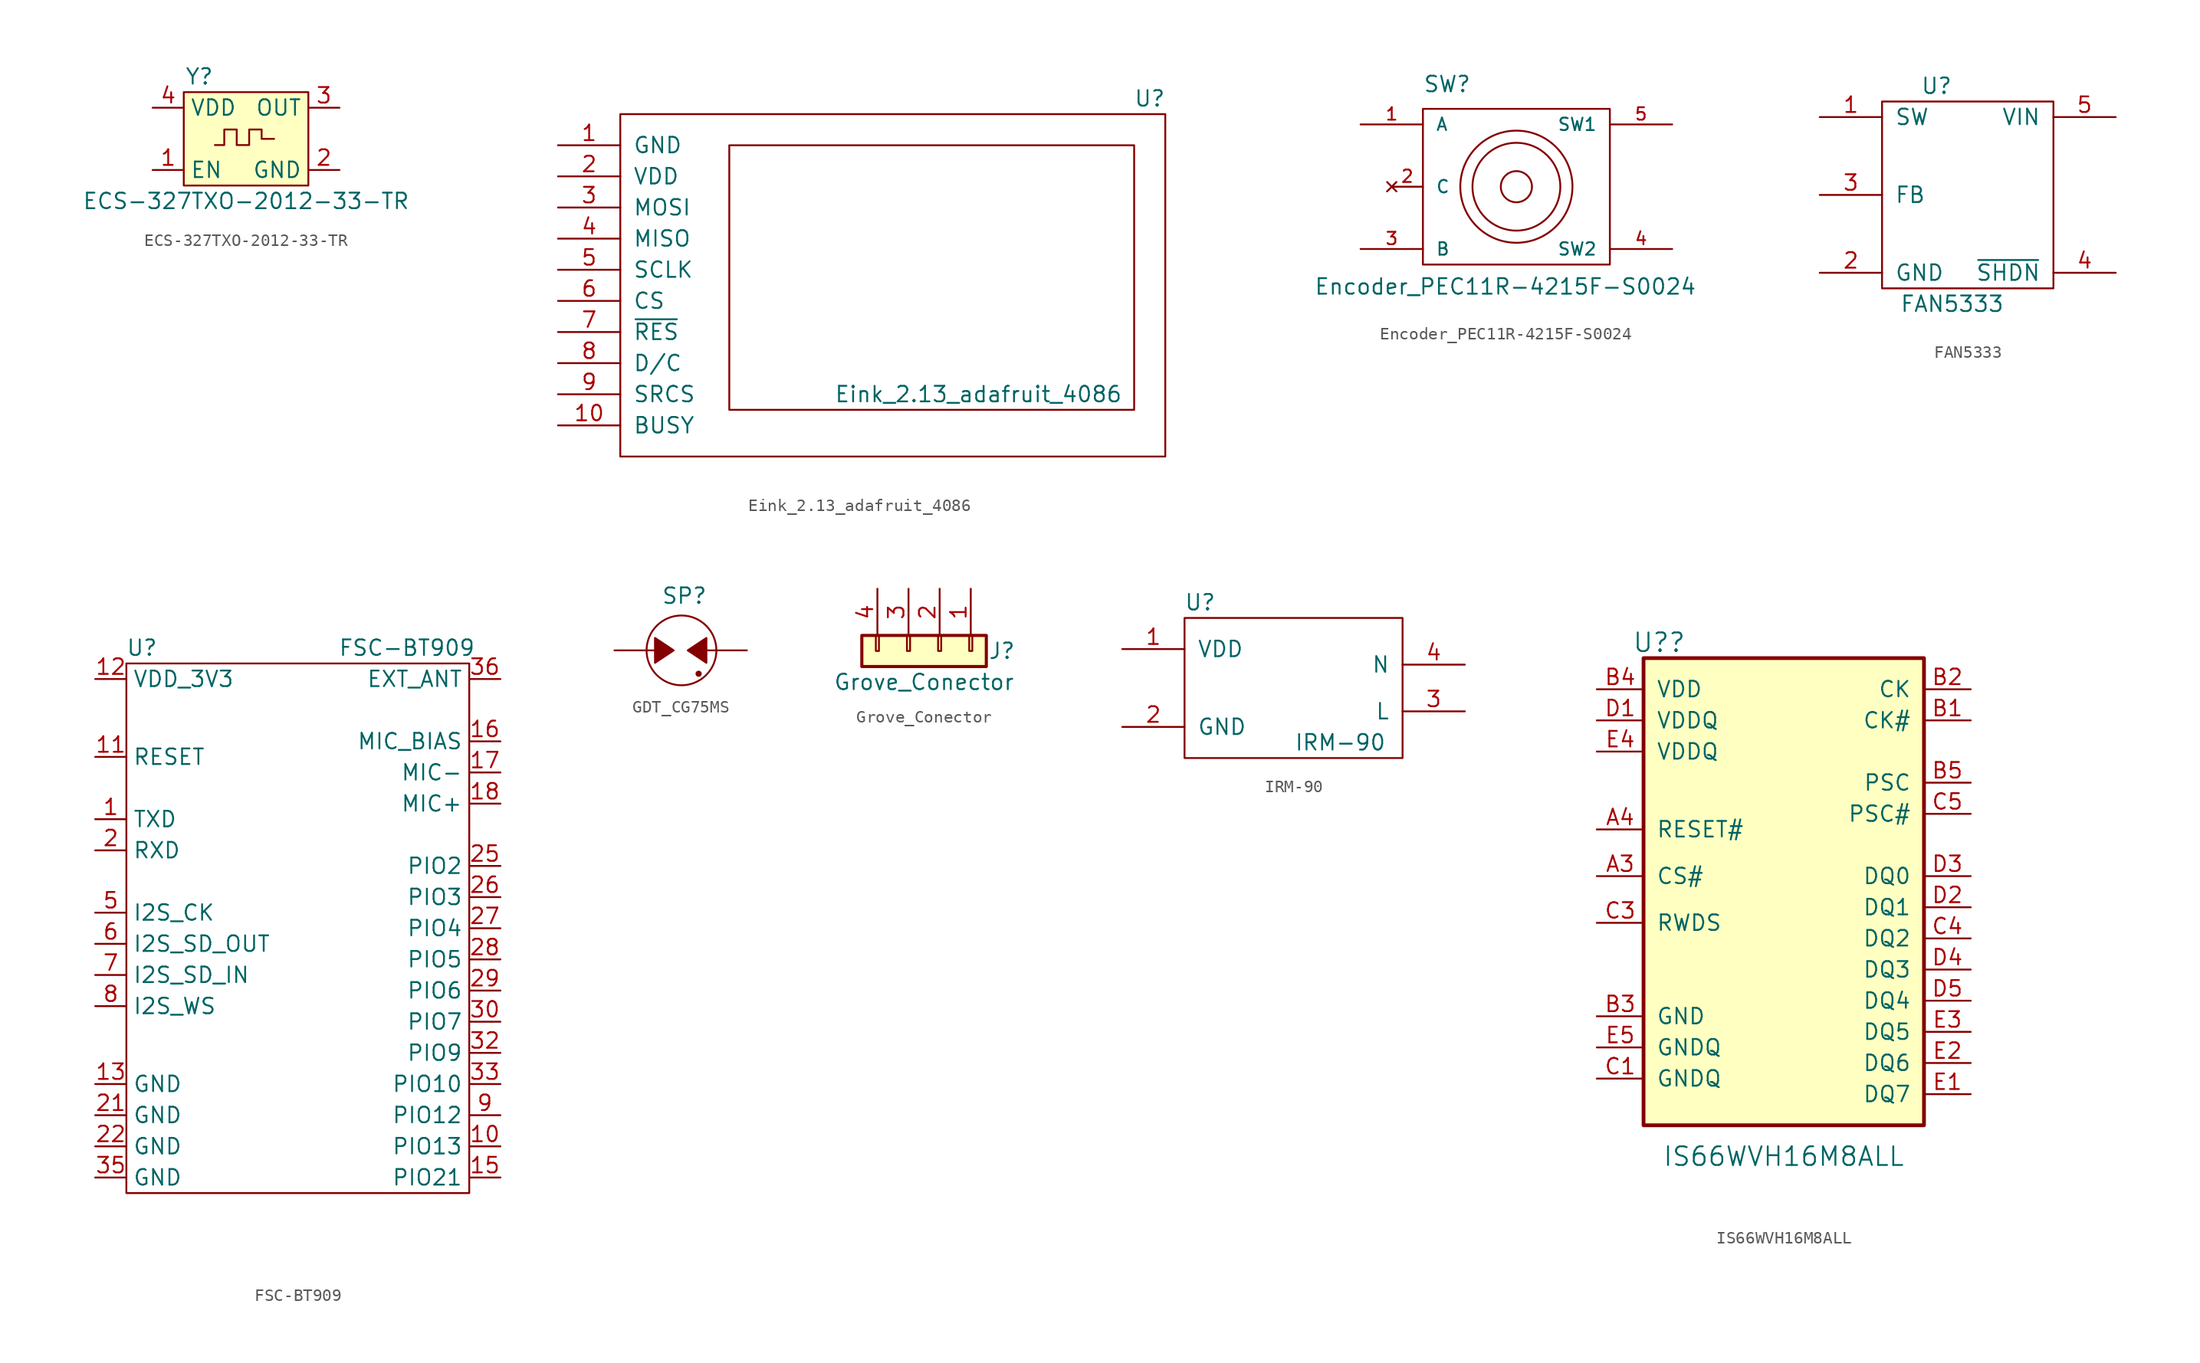
<source format=kicad_sym>
(kicad_symbol_lib
  (version 20211014)
  (generator kicad_symbol_editor)
  (symbol "ECS-327TXO-2012-33-TR"
    (property "Reference" "Y"
      (at 3.81 2.54 0)
      (effects (font (size 1.27 1.27))))
    (property "Value" "ECS-327TXO-2012-33-TR"
      (at 7.62 -7.62 0)
      (effects (font (size 1.27 1.27))))
    (symbol "ECS-327TXO-2012-33-TR_0_0"
      (pin unspecified line (at 0 -5.08 0) (length 2.54) (name "EN" (effects (font (size 1.27 1.27)))) (number "1" (effects (font (size 1.27 1.27)))))
      (pin unspecified line (at 15.24 -5.08 180) (length 2.54) (name "GND" (effects (font (size 1.27 1.27)))) (number "2" (effects (font (size 1.27 1.27)))))
      (pin unspecified line (at 15.24 0 180) (length 2.54) (name "OUT" (effects (font (size 1.27 1.27)))) (number "3" (effects (font (size 1.27 1.27)))))
      (pin unspecified line (at 0 0 0) (length 2.54) (name "VDD" (effects (font (size 1.27 1.27)))) (number "4" (effects (font (size 1.27 1.27))))))
    (symbol "ECS-327TXO-2012-33-TR_0_1"
      (polyline (pts (xy 5.08 -3.048) (xy 5.842 -3.048) (xy 5.842 -1.778) (xy 6.858 -1.778) (xy 6.858 -3.048) (xy 7.874 -3.048) (xy 7.874 -1.778) (xy 8.89 -1.778) (xy 8.89 -2.54) (xy 9.906 -2.54)) (stroke (width 0.152) (type default) (color 0 0 0 0)) (fill (type none)))
      (rectangle (start 2.54 1.27) (end 12.7 -6.35) (stroke (width 0.152) (type default) (color 0 0 0 0)) (fill (type background)))))
  (symbol "Eink_2.13_adafruit_4086"
    (pin_names
      (offset 1.016))
    (property "Reference" "U"
      (at 43.18 15.24 0)
      (effects (font (size 1.27 1.27))))
    (property "Value" "Eink_2.13_adafruit_4086"
      (at 29.21 -8.89 0)
      (effects (font (size 1.27 1.27))))
    (symbol "Eink_2.13_adafruit_4086_0_1"
      (rectangle (start 0 13.97) (end 44.45 -13.97) (stroke (width 0) (type default) (color 0 0 0 0)) (fill (type none)))
      (rectangle (start 41.91 11.43) (end 8.89 -10.16) (stroke (width 0) (type default) (color 0 0 0 0)) (fill (type none))))
    (symbol "Eink_2.13_adafruit_4086_1_1"
      (pin input line (at -5.08 11.43 0) (length 5.08) (name "GND" (effects (font (size 1.27 1.27)))) (number "1" (effects (font (size 1.27 1.27)))))
      (pin input line (at -5.08 -11.43 0) (length 5.08) (name "BUSY" (effects (font (size 1.27 1.27)))) (number "10" (effects (font (size 1.27 1.27)))))
      (pin input line (at -5.08 8.89 0) (length 5.08) (name "VDD" (effects (font (size 1.27 1.27)))) (number "2" (effects (font (size 1.27 1.27)))))
      (pin input line (at -5.08 6.35 0) (length 5.08) (name "MOSI" (effects (font (size 1.27 1.27)))) (number "3" (effects (font (size 1.27 1.27)))))
      (pin input line (at -5.08 3.81 0) (length 5.08) (name "MISO" (effects (font (size 1.27 1.27)))) (number "4" (effects (font (size 1.27 1.27)))))
      (pin input line (at -5.08 1.27 0) (length 5.08) (name "SCLK" (effects (font (size 1.27 1.27)))) (number "5" (effects (font (size 1.27 1.27)))))
      (pin input line (at -5.08 -1.27 0) (length 5.08) (name "CS" (effects (font (size 1.27 1.27)))) (number "6" (effects (font (size 1.27 1.27)))))
      (pin input line (at -5.08 -3.81 0) (length 5.08) (name "~{RES}" (effects (font (size 1.27 1.27)))) (number "7" (effects (font (size 1.27 1.27)))))
      (pin input line (at -5.08 -6.35 0) (length 5.08) (name "D/C" (effects (font (size 1.27 1.27)))) (number "8" (effects (font (size 1.27 1.27)))))
      (pin input line (at -5.08 -8.89 0) (length 5.08) (name "SRCS" (effects (font (size 1.27 1.27)))) (number "9" (effects (font (size 1.27 1.27)))))))
  (symbol "Encoder_PEC11R-4215F-S0024"
    (pin_names
      (offset 1.016))
    (property "Reference" "SW"
      (at -6.35 3.81 0)
      (effects (font (size 1.27 1.27)) (justify left bottom)))
    (property "Value" "Encoder_PEC11R-4215F-S0024"
      (at -15.24 -12.7 0)
      (effects (font (size 1.27 1.27)) (justify left bottom)))
    (symbol "Encoder_PEC11R-4215F-S0024_0_0"
      (pin passive line (at -11.43 1.27 0) (length 5.08) (name "A" (effects (font (size 1.016 1.016)))) (number "1" (effects (font (size 1.016 1.016)))))
      (pin no_connect line (at -8.89 -3.81 0) (length 2.54) (name "C" (effects (font (size 1.016 1.016)))) (number "2" (effects (font (size 1.016 1.016)))))
      (pin passive line (at -11.43 -8.89 0) (length 5.08) (name "B" (effects (font (size 1.016 1.016)))) (number "3" (effects (font (size 1.016 1.016)))))
      (pin passive line (at 13.97 -8.89 180) (length 5.08) (name "SW2" (effects (font (size 1.016 1.016)))) (number "4" (effects (font (size 1.016 1.016)))))
      (pin passive line (at 13.97 1.27 180) (length 5.08) (name "SW1" (effects (font (size 1.016 1.016)))) (number "5" (effects (font (size 1.016 1.016))))))
    (symbol "Encoder_PEC11R-4215F-S0024_0_1"
      (rectangle (start -6.35 2.54) (end 8.89 -10.16) (stroke (width 0) (type default) (color 0 0 0 0)) (fill (type none))))
    (symbol "Encoder_PEC11R-4215F-S0024_1_1"
      (circle (center 1.27 -3.81) (radius 1.27) (stroke (width 0) (type default) (color 0 0 0 0)) (fill (type none)))
      (circle (center 1.27 -3.81) (radius 3.581) (stroke (width 0) (type default) (color 0 0 0 0)) (fill (type none)))
      (circle (center 1.27 -3.81) (radius 4.572) (stroke (width 0) (type default) (color 0 0 0 0)) (fill (type none)))))
  (symbol "FAN5333"
    (pin_names
      (offset 1.016))
    (property "Reference" "U"
      (at -2.54 8.89 0)
      (effects (font (size 1.27 1.27))))
    (property "Value" "FAN5333"
      (at -1.27 -8.89 0)
      (effects (font (size 1.27 1.27))))
    (symbol "FAN5333_0_1"
      (rectangle (start -6.985 7.62) (end 6.985 -7.62) (stroke (width 0) (type default) (color 0 0 0 0)) (fill (type none))))
    (symbol "FAN5333_1_1"
      (pin input line (at -12.065 6.35 0) (length 5.08) (name "SW" (effects (font (size 1.27 1.27)))) (number "1" (effects (font (size 1.27 1.27)))))
      (pin input line (at -12.065 -6.35 0) (length 5.08) (name "GND" (effects (font (size 1.27 1.27)))) (number "2" (effects (font (size 1.27 1.27)))))
      (pin input line (at -12.065 0 0) (length 5.08) (name "FB" (effects (font (size 1.27 1.27)))) (number "3" (effects (font (size 1.27 1.27)))))
      (pin input line (at 12.065 -6.35 180) (length 5.08) (name "~{SHDN}" (effects (font (size 1.27 1.27)))) (number "4" (effects (font (size 1.27 1.27)))))
      (pin input line (at 12.065 6.35 180) (length 5.08) (name "VIN" (effects (font (size 1.27 1.27)))) (number "5" (effects (font (size 1.27 1.27)))))))
  (symbol "FSC-BT909"
    (property "Reference" "U"
      (at 3.81 2.54 0)
      (effects (font (size 1.27 1.27))))
    (property "Value" "FSC-BT909"
      (at 25.4 2.54 0)
      (effects (font (size 1.27 1.27))))
    (symbol "FSC-BT909_0_0"
      (pin unspecified line (at 0 -11.43 0) (length 2.54) (name "TXD" (effects (font (size 1.27 1.27)))) (number "1" (effects (font (size 1.27 1.27)))))
      (pin unspecified line (at 33.02 -38.1 180) (length 2.54) (name "PIO13" (effects (font (size 1.27 1.27)))) (number "10" (effects (font (size 1.27 1.27)))))
      (pin unspecified line (at 0 -6.35 0) (length 2.54) (name "RESET" (effects (font (size 1.27 1.27)))) (number "11" (effects (font (size 1.27 1.27)))))
      (pin unspecified line (at 0 0 0) (length 2.54) (name "VDD_3V3" (effects (font (size 1.27 1.27)))) (number "12" (effects (font (size 1.27 1.27)))))
      (pin unspecified line (at 0 -33.02 0) (length 2.54) (name "GND" (effects (font (size 1.27 1.27)))) (number "13" (effects (font (size 1.27 1.27)))))
      (pin no_connect line (at 15.24 -44.45 90) (length 2.54) hide (name "NC" (effects (font (size 1.27 1.27)))) (number "14" (effects (font (size 1.27 1.27)))))
      (pin unspecified line (at 33.02 -40.64 180) (length 2.54) (name "PIO21" (effects (font (size 1.27 1.27)))) (number "15" (effects (font (size 1.27 1.27)))))
      (pin unspecified line (at 33.02 -5.08 180) (length 2.54) (name "MIC_BIAS" (effects (font (size 1.27 1.27)))) (number "16" (effects (font (size 1.27 1.27)))))
      (pin unspecified line (at 33.02 -7.62 180) (length 2.54) (name "MIC-" (effects (font (size 1.27 1.27)))) (number "17" (effects (font (size 1.27 1.27)))))
      (pin unspecified line (at 33.02 -10.16 180) (length 2.54) (name "MIC+" (effects (font (size 1.27 1.27)))) (number "18" (effects (font (size 1.27 1.27)))))
      (pin no_connect line (at 17.78 -44.45 90) (length 2.54) hide (name "NC" (effects (font (size 1.27 1.27)))) (number "19" (effects (font (size 1.27 1.27)))))
      (pin unspecified line (at 0 -13.97 0) (length 2.54) (name "RXD" (effects (font (size 1.27 1.27)))) (number "2" (effects (font (size 1.27 1.27)))))
      (pin no_connect line (at 20.32 -44.45 90) (length 2.54) hide (name "NC" (effects (font (size 1.27 1.27)))) (number "20" (effects (font (size 1.27 1.27)))))
      (pin unspecified line (at 0 -35.56 0) (length 2.54) (name "GND" (effects (font (size 1.27 1.27)))) (number "21" (effects (font (size 1.27 1.27)))))
      (pin unspecified line (at 0 -38.1 0) (length 2.54) (name "GND" (effects (font (size 1.27 1.27)))) (number "22" (effects (font (size 1.27 1.27)))))
      (pin no_connect line (at 22.86 -44.45 90) (length 2.54) hide (name "NC" (effects (font (size 1.27 1.27)))) (number "23" (effects (font (size 1.27 1.27)))))
      (pin no_connect line (at 17.78 3.81 270) (length 2.54) hide (name "NC" (effects (font (size 1.27 1.27)))) (number "24" (effects (font (size 1.27 1.27)))))
      (pin unspecified line (at 33.02 -15.24 180) (length 2.54) (name "PIO2" (effects (font (size 1.27 1.27)))) (number "25" (effects (font (size 1.27 1.27)))))
      (pin unspecified line (at 33.02 -17.78 180) (length 2.54) (name "PIO3" (effects (font (size 1.27 1.27)))) (number "26" (effects (font (size 1.27 1.27)))))
      (pin unspecified line (at 33.02 -20.32 180) (length 2.54) (name "PIO4" (effects (font (size 1.27 1.27)))) (number "27" (effects (font (size 1.27 1.27)))))
      (pin unspecified line (at 33.02 -22.86 180) (length 2.54) (name "PIO5" (effects (font (size 1.27 1.27)))) (number "28" (effects (font (size 1.27 1.27)))))
      (pin unspecified line (at 33.02 -25.4 180) (length 2.54) (name "PIO6" (effects (font (size 1.27 1.27)))) (number "29" (effects (font (size 1.27 1.27)))))
      (pin no_connect line (at 10.16 -44.45 90) (length 2.54) hide (name "NC" (effects (font (size 1.27 1.27)))) (number "3" (effects (font (size 1.27 1.27)))))
      (pin unspecified line (at 33.02 -27.94 180) (length 2.54) (name "PIO7" (effects (font (size 1.27 1.27)))) (number "30" (effects (font (size 1.27 1.27)))))
      (pin no_connect line (at 15.24 3.81 270) (length 2.54) hide (name "NC" (effects (font (size 1.27 1.27)))) (number "31" (effects (font (size 1.27 1.27)))))
      (pin unspecified line (at 33.02 -30.48 180) (length 2.54) (name "PIO9" (effects (font (size 1.27 1.27)))) (number "32" (effects (font (size 1.27 1.27)))))
      (pin unspecified line (at 33.02 -33.02 180) (length 2.54) (name "PIO10" (effects (font (size 1.27 1.27)))) (number "33" (effects (font (size 1.27 1.27)))))
      (pin no_connect line (at 12.7 3.81 270) (length 2.54) hide (name "NC" (effects (font (size 1.27 1.27)))) (number "34" (effects (font (size 1.27 1.27)))))
      (pin unspecified line (at 0 -40.64 0) (length 2.54) (name "GND" (effects (font (size 1.27 1.27)))) (number "35" (effects (font (size 1.27 1.27)))))
      (pin unspecified line (at 33.02 0 180) (length 2.54) (name "EXT_ANT" (effects (font (size 1.27 1.27)))) (number "36" (effects (font (size 1.27 1.27)))))
      (pin no_connect line (at 12.7 -44.45 90) (length 2.54) hide (name "NC" (effects (font (size 1.27 1.27)))) (number "4" (effects (font (size 1.27 1.27)))))
      (pin unspecified line (at 0 -19.05 0) (length 2.54) (name "I2S_CK" (effects (font (size 1.27 1.27)))) (number "5" (effects (font (size 1.27 1.27)))))
      (pin unspecified line (at 0 -21.59 0) (length 2.54) (name "I2S_SD_OUT" (effects (font (size 1.27 1.27)))) (number "6" (effects (font (size 1.27 1.27)))))
      (pin unspecified line (at 0 -24.13 0) (length 2.54) (name "I2S_SD_IN" (effects (font (size 1.27 1.27)))) (number "7" (effects (font (size 1.27 1.27)))))
      (pin unspecified line (at 0 -26.67 0) (length 2.54) (name "I2S_WS" (effects (font (size 1.27 1.27)))) (number "8" (effects (font (size 1.27 1.27)))))
      (pin unspecified line (at 33.02 -35.56 180) (length 2.54) (name "PIO12" (effects (font (size 1.27 1.27)))) (number "9" (effects (font (size 1.27 1.27))))))
    (symbol "FSC-BT909_0_1"
      (rectangle (start 30.48 1.27) (end 2.54 -41.91) (stroke (width 0.152) (type default) (color 0 0 0 0)) (fill (type none)))))
  (symbol "GDT_CG75MS"
    (pin_numbers hide)
    (pin_names
      (offset 0.254) hide)
    (property "Reference" "SP"
      (at 3.81 4.445 0)
      (effects (font (size 1.27 1.27)) (justify left)))
    (symbol "GDT_CG75MS_0_1"
      (polyline (pts (xy 3.302 1.016) (xy 4.826 0) (xy 3.302 -1.016) (xy 3.302 1.016)) (stroke (width 0) (type default) (color 0 0 0 0)) (fill (type outline)))
      (polyline (pts (xy 7.493 -1.016) (xy 5.969 0) (xy 7.493 1.016) (xy 7.493 -1.016)) (stroke (width 0) (type default) (color 0 0 0 0)) (fill (type outline)))
      (circle (center 5.461 0) (radius 2.845) (stroke (width 0) (type default) (color 0 0 0 0)) (fill (type none)))
      (circle (center 6.858 -1.905) (radius 0.178) (stroke (width 0) (type default) (color 0 0 0 0)) (fill (type outline))))
    (symbol "GDT_CG75MS_1_1"
      (pin passive line (at 0 0 0) (length 3.556) (name "K" (effects (font (size 1.27 1.27)))) (number "1" (effects (font (size 1.27 1.27)))))
      (pin passive line (at 10.795 0 180) (length 3.556) (name "A" (effects (font (size 1.27 1.27)))) (number "2" (effects (font (size 1.27 1.27)))))))
  (symbol "Grove_Conector"
    (pin_names
      (offset 1.016) hide)
    (property "Reference" "J"
      (at 6.35 1.27 0)
      (effects (font (size 1.27 1.27))))
    (property "Value" "Grove_Conector"
      (at 0 -1.27 0)
      (effects (font (size 1.27 1.27))))
    (symbol "Grove_Conector_1_1"
      (rectangle (start -3.683 2.54) (end -3.937 1.27) (stroke (width 0.152) (type default) (color 0 0 0 0)) (fill (type none)))
      (rectangle (start -1.143 2.54) (end -1.397 1.27) (stroke (width 0.152) (type default) (color 0 0 0 0)) (fill (type none)))
      (rectangle (start 1.397 2.54) (end 1.143 1.27) (stroke (width 0.152) (type default) (color 0 0 0 0)) (fill (type none)))
      (rectangle (start 3.937 2.54) (end 3.683 1.27) (stroke (width 0.152) (type default) (color 0 0 0 0)) (fill (type none)))
      (rectangle (start 5.08 2.54) (end -5.08 0) (stroke (width 0.254) (type default) (color 0 0 0 0)) (fill (type background)))
      (pin passive line (at 3.81 6.35 270) (length 3.81) (name "Pin_1" (effects (font (size 1.27 1.27)))) (number "1" (effects (font (size 1.27 1.27)))))
      (pin passive line (at 1.27 6.35 270) (length 3.81) (name "Pin_2" (effects (font (size 1.27 1.27)))) (number "2" (effects (font (size 1.27 1.27)))))
      (pin passive line (at -1.27 6.35 270) (length 3.81) (name "Pin_3" (effects (font (size 1.27 1.27)))) (number "3" (effects (font (size 1.27 1.27)))))
      (pin passive line (at -3.81 6.35 270) (length 3.81) (name "Pin_4" (effects (font (size 1.27 1.27)))) (number "4" (effects (font (size 1.27 1.27)))))))
  (symbol "IRM-90"
    (pin_names
      (offset 1.016))
    (property "Reference" "U"
      (at 6.35 3.81 0)
      (effects (font (size 1.27 1.27))))
    (property "Value" "IRM-90"
      (at 17.78 -7.62 0)
      (effects (font (size 1.27 1.27))))
    (symbol "IRM-90_0_1"
      (rectangle (start 22.86 2.54) (end 5.08 -8.89) (stroke (width 0) (type default) (color 0 0 0 0)) (fill (type none))))
    (symbol "IRM-90_1_1"
      (pin input line (at 0 0 0) (length 5.08) (name "VDD" (effects (font (size 1.27 1.27)))) (number "1" (effects (font (size 1.27 1.27)))))
      (pin input line (at 0 -6.35 0) (length 5.08) (name "GND" (effects (font (size 1.27 1.27)))) (number "2" (effects (font (size 1.27 1.27)))))
      (pin input line (at 27.94 -5.08 180) (length 5.08) (name "L" (effects (font (size 1.27 1.27)))) (number "3" (effects (font (size 1.27 1.27)))))
      (pin input line (at 27.94 -1.27 180) (length 5.08) (name "N" (effects (font (size 1.27 1.27)))) (number "4" (effects (font (size 1.27 1.27)))))))
  (symbol "IS66WVH16M8ALL"
    (pin_names
      (offset 1.016))
    (property "Reference" "U?"
      (at 5.08 3.81 0)
      (effects (font (size 1.524 1.524))))
    (property "Value" "IS66WVH16M8ALL"
      (at 15.24 -38.1 0)
      (effects (font (size 1.524 1.524))))
    (symbol "IS66WVH16M8ALL_1_0"
      (rectangle (start 3.81 -35.56) (end 26.67 2.54) (stroke (width 0.305) (type default) (color 0 0 0 0)) (fill (type background))))
    (symbol "IS66WVH16M8ALL_1_1"
      (pin input line (at 0 -15.24 0) (length 3.81) (name "CS#" (effects (font (size 1.27 1.27)))) (number "A3" (effects (font (size 1.27 1.27)))))
      (pin input line (at 0 -11.43 0) (length 3.81) (name "RESET#" (effects (font (size 1.27 1.27)))) (number "A4" (effects (font (size 1.27 1.27)))))
      (pin input line (at 30.48 -2.54 180) (length 3.81) (name "CK#" (effects (font (size 1.27 1.27)))) (number "B1" (effects (font (size 1.27 1.27)))))
      (pin input line (at 30.48 0 180) (length 3.81) (name "CK" (effects (font (size 1.27 1.27)))) (number "B2" (effects (font (size 1.27 1.27)))))
      (pin input line (at 0 -26.67 0) (length 3.81) (name "GND" (effects (font (size 1.27 1.27)))) (number "B3" (effects (font (size 1.27 1.27)))))
      (pin input line (at 0 0 0) (length 3.81) (name "VDD" (effects (font (size 1.27 1.27)))) (number "B4" (effects (font (size 1.27 1.27)))))
      (pin input line (at 30.48 -7.62 180) (length 3.81) (name "PSC" (effects (font (size 1.27 1.27)))) (number "B5" (effects (font (size 1.27 1.27)))))
      (pin input line (at 0 -31.75 0) (length 3.81) (name "GNDQ" (effects (font (size 1.27 1.27)))) (number "C1" (effects (font (size 1.27 1.27)))))
      (pin input line (at 0 -19.05 0) (length 3.81) (name "RWDS" (effects (font (size 1.27 1.27)))) (number "C3" (effects (font (size 1.27 1.27)))))
      (pin input line (at 30.48 -20.32 180) (length 3.81) (name "DQ2" (effects (font (size 1.27 1.27)))) (number "C4" (effects (font (size 1.27 1.27)))))
      (pin input line (at 30.48 -10.16 180) (length 3.81) (name "PSC#" (effects (font (size 1.27 1.27)))) (number "C5" (effects (font (size 1.27 1.27)))))
      (pin input line (at 0 -2.54 0) (length 3.81) (name "VDDQ" (effects (font (size 1.27 1.27)))) (number "D1" (effects (font (size 1.27 1.27)))))
      (pin input line (at 30.48 -17.78 180) (length 3.81) (name "DQ1" (effects (font (size 1.27 1.27)))) (number "D2" (effects (font (size 1.27 1.27)))))
      (pin input line (at 30.48 -15.24 180) (length 3.81) (name "DQ0" (effects (font (size 1.27 1.27)))) (number "D3" (effects (font (size 1.27 1.27)))))
      (pin input line (at 30.48 -22.86 180) (length 3.81) (name "DQ3" (effects (font (size 1.27 1.27)))) (number "D4" (effects (font (size 1.27 1.27)))))
      (pin input line (at 30.48 -25.4 180) (length 3.81) (name "DQ4" (effects (font (size 1.27 1.27)))) (number "D5" (effects (font (size 1.27 1.27)))))
      (pin input line (at 30.48 -33.02 180) (length 3.81) (name "DQ7" (effects (font (size 1.27 1.27)))) (number "E1" (effects (font (size 1.27 1.27)))))
      (pin input line (at 30.48 -30.48 180) (length 3.81) (name "DQ6" (effects (font (size 1.27 1.27)))) (number "E2" (effects (font (size 1.27 1.27)))))
      (pin input line (at 30.48 -27.94 180) (length 3.81) (name "DQ5" (effects (font (size 1.27 1.27)))) (number "E3" (effects (font (size 1.27 1.27)))))
      (pin input line (at 0 -5.08 0) (length 3.81) (name "VDDQ" (effects (font (size 1.27 1.27)))) (number "E4" (effects (font (size 1.27 1.27)))))
      (pin input line (at 0 -29.21 0) (length 3.81) (name "GNDQ" (effects (font (size 1.27 1.27)))) (number "E5" (effects (font (size 1.27 1.27))))))))
</source>
